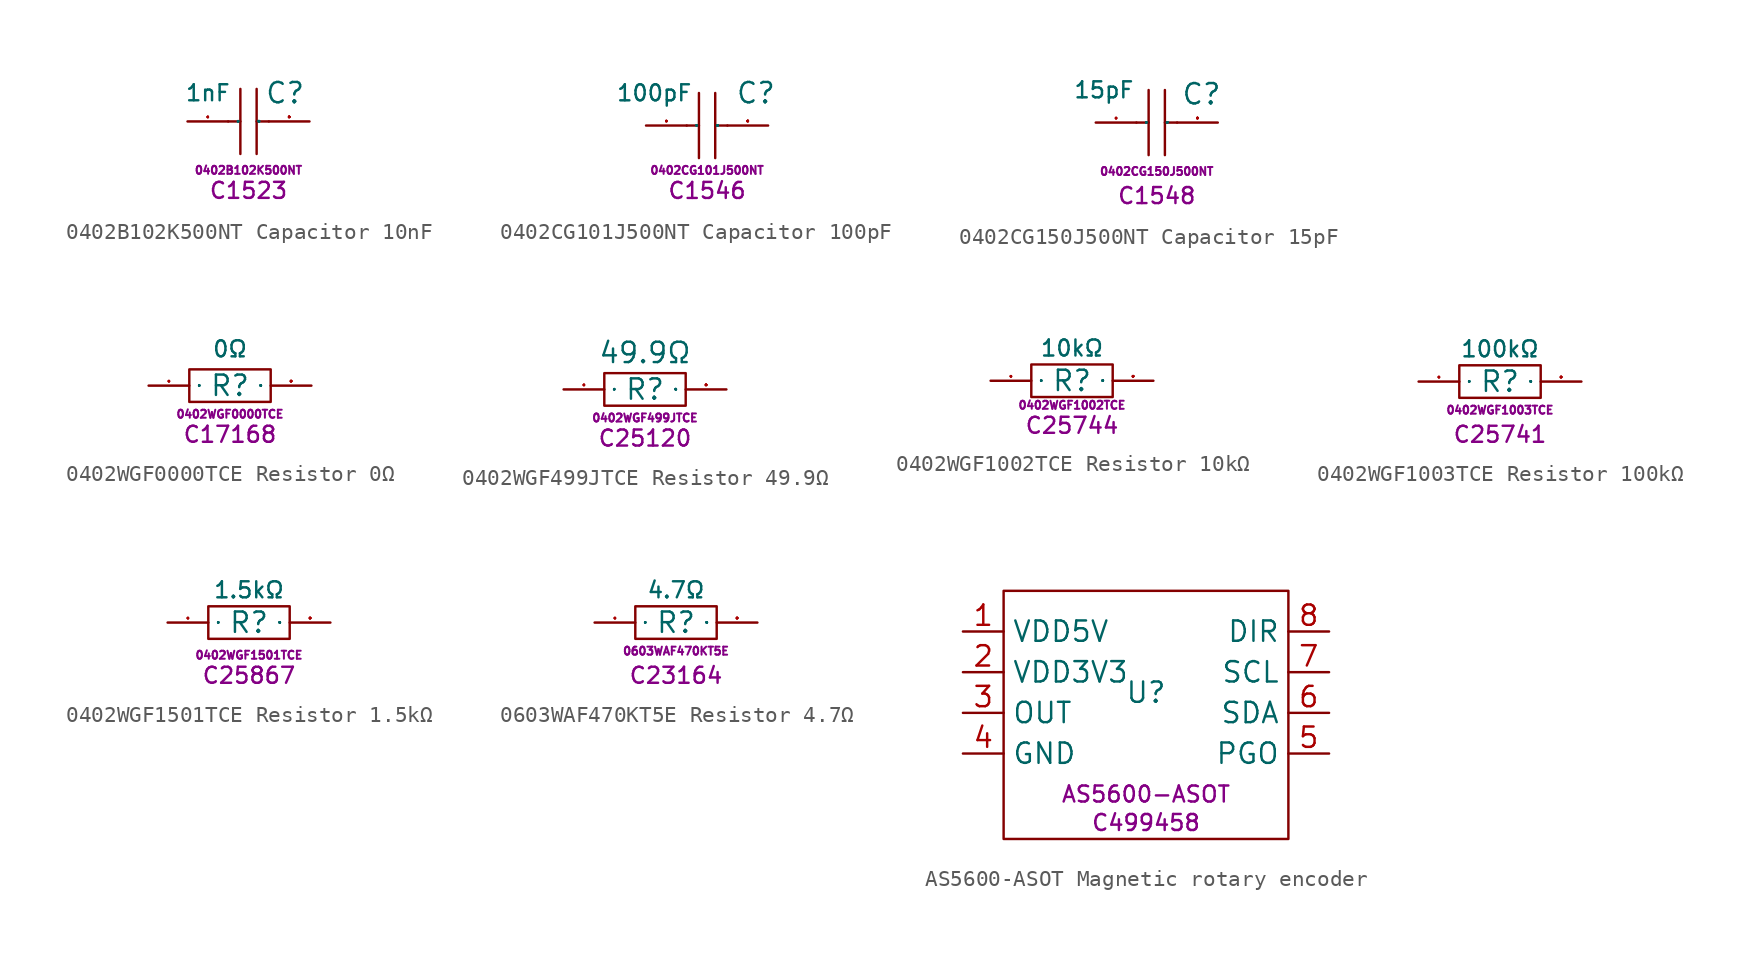
<source format=kicad_sym>
(kicad_symbol_lib
  (version 20241209)
  (generator "kicad_symbol_editor")
  (generator_version "9.0")
  (symbol "0402B102K500NT Capacitor 10nF"
    (property "Reference" "C"
      (at 2.286 1.778 0)
      (do_not_autoplace)
      (effects (font (size 1.27 1.27))))
    (property "Value" "1nF"
      (at -2.54 1.778 0)
      (do_not_autoplace)
      (effects (font (size 1 1))))
    (property "Manufacturer Part" "0402B102K500NT"
      (at 0 -3.048 0)
      (do_not_autoplace)
      (effects (font (size 0.5 0.5))))
    (property "LCSC Part #" "C1523"
      (at 0 -4.318 0)
      (do_not_autoplace)
      (effects (font (size 1 1))))
    (symbol "0402B102K500NT Capacitor 10nF_1_0"
      (polyline (pts (xy -1.27 0) (xy -0.508 0)) (stroke (width 0) (type default)) (fill (type none)))
      (polyline (pts (xy -0.508 2.032) (xy -0.508 -2.032)) (stroke (width 0) (type default)) (fill (type none)))
      (polyline (pts (xy 0.508 2.032) (xy 0.508 -2.032)) (stroke (width 0) (type default)) (fill (type none)))
      (polyline (pts (xy 0.508 0) (xy 1.27 0)) (stroke (width 0) (type default)) (fill (type none)))
      (pin input line (at -3.81 0 0) (length 2.54) (name "1" (effects (font (size 0.025 0.025)))) (number "1" (effects (font (size 0.025 0.025)))))
      (pin input line (at 3.81 0 180) (length 2.54) (name "2" (effects (font (size 0.025 0.025)))) (number "2" (effects (font (size 0.025 0.025)))))))
  (symbol "0402CG101J500NT Capacitor 100pF"
    (property "Reference" "C"
      (at 3.048 2.032 0)
      (do_not_autoplace)
      (effects (font (size 1.27 1.27))))
    (property "Value" "100pF"
      (at -3.302 2.032 0)
      (do_not_autoplace)
      (effects (font (size 1 1))))
    (property "Manufacturer Part" "0402CG101J500NT"
      (at 0 -2.794 0)
      (do_not_autoplace)
      (effects (font (size 0.5 0.5))))
    (property "LCSC Part #" "C1546"
      (at 0 -4.064 0)
      (do_not_autoplace)
      (effects (font (size 1 1))))
    (symbol "0402CG101J500NT Capacitor 100pF_1_0"
      (polyline (pts (xy -1.27 0) (xy -0.508 0)) (stroke (width 0) (type default)) (fill (type none)))
      (polyline (pts (xy -0.508 2.032) (xy -0.508 -2.032)) (stroke (width 0) (type default)) (fill (type none)))
      (polyline (pts (xy 0.508 2.032) (xy 0.508 -2.032)) (stroke (width 0) (type default)) (fill (type none)))
      (polyline (pts (xy 0.508 0) (xy 1.27 0)) (stroke (width 0) (type default)) (fill (type none)))
      (pin input line (at -3.81 0 0) (length 2.54) (name "1" (effects (font (size 0.025 0.025)))) (number "1" (effects (font (size 0.025 0.025)))))
      (pin input line (at 3.81 0 180) (length 2.54) (name "2" (effects (font (size 0.025 0.025)))) (number "2" (effects (font (size 0.025 0.025)))))))
  (symbol "0402CG150J500NT Capacitor 15pF"
    (property "Reference" "C"
      (at 2.794 1.778 0)
      (do_not_autoplace)
      (effects (font (size 1.27 1.27))))
    (property "Value" "15pF"
      (at -3.302 2.032 0)
      (do_not_autoplace)
      (effects (font (size 1 1))))
    (property "Manufacturer Part" "0402CG150J500NT"
      (at 0 -3.048 0)
      (do_not_autoplace)
      (effects (font (size 0.5 0.5))))
    (property "LCSC Part #" "C1548"
      (at 0 -4.572 0)
      (do_not_autoplace)
      (effects (font (size 1 1))))
    (symbol "0402CG150J500NT Capacitor 15pF_1_0"
      (polyline (pts (xy -1.27 0) (xy -0.508 0)) (stroke (width 0) (type default)) (fill (type none)))
      (polyline (pts (xy -0.508 2.032) (xy -0.508 -2.032)) (stroke (width 0) (type default)) (fill (type none)))
      (polyline (pts (xy 0.508 2.032) (xy 0.508 -2.032)) (stroke (width 0) (type default)) (fill (type none)))
      (polyline (pts (xy 0.508 0) (xy 1.27 0)) (stroke (width 0) (type default)) (fill (type none)))
      (pin input line (at -3.81 0 0) (length 2.54) (name "1" (effects (font (size 0.025 0.025)))) (number "1" (effects (font (size 0.025 0.025)))))
      (pin input line (at 3.81 0 180) (length 2.54) (name "2" (effects (font (size 0.025 0.025)))) (number "2" (effects (font (size 0.025 0.025)))))))
  (symbol "0402WGF0000TCE Resistor 0Ω"
    (property "Reference" "R"
      (at 0 0 0)
      (do_not_autoplace)
      (effects (font (size 1.27 1.27))))
    (property "Value" "0Ω"
      (at 0 2.286 0)
      (do_not_autoplace)
      (effects (font (size 1 1))))
    (property "Manufacturer Part" "0402WGF0000TCE"
      (at 0 -1.778 0)
      (do_not_autoplace)
      (effects (font (size 0.5 0.5))))
    (property "LCSC Part #" "C17168"
      (at 0 -3.048 0)
      (do_not_autoplace)
      (effects (font (size 1 1))))
    (symbol "0402WGF0000TCE Resistor 0Ω_1_0"
      (rectangle (start -2.54 1.016) (end 2.54 -1.016) (stroke (width 0) (type default)) (fill (type none)))
      (pin input line (at -5.08 0 0) (length 2.54) (name "1" (effects (font (size 0.025 0.025)))) (number "1" (effects (font (size 0.025 0.025)))))
      (pin input line (at 5.08 0 180) (length 2.54) (name "2" (effects (font (size 0.025 0.025)))) (number "2" (effects (font (size 0.025 0.025)))))))
  (symbol "0402WGF499JTCE Resistor 49.9Ω"
    (property "Reference" "R"
      (at 0 0 0)
      (do_not_autoplace)
      (effects (font (size 1.27 1.27))))
    (property "Value" "49.9Ω"
      (at 0 2.286 0)
      (do_not_autoplace)
      (effects (font (size 1.27 1.27))))
    (property "Manufacturer Part" "0402WGF499JTCE"
      (at 0 -1.778 0)
      (do_not_autoplace)
      (effects (font (size 0.5 0.5))))
    (property "LCSC Part #" "C25120"
      (at 0 -3.048 0)
      (do_not_autoplace)
      (effects (font (size 1 1))))
    (symbol "0402WGF499JTCE Resistor 49.9Ω_1_0"
      (rectangle (start -2.54 -1.016) (end 2.54 1.016) (stroke (width 0) (type default)) (fill (type none)))
      (pin input line (at -5.08 0 0) (length 2.54) (name "1" (effects (font (size 0.025 0.025)))) (number "1" (effects (font (size 0.025 0.025)))))
      (pin input line (at 5.08 0 180) (length 2.54) (name "2" (effects (font (size 0.025 0.025)))) (number "2" (effects (font (size 0.025 0.025)))))))
  (symbol "0402WGF1002TCE Resistor 10kΩ"
    (property "Reference" "R"
      (at 0 0 0)
      (do_not_autoplace)
      (effects (font (size 1.27 1.27))))
    (property "Value" "10kΩ"
      (at 0 2.032 0)
      (do_not_autoplace)
      (effects (font (size 1 1))))
    (property "Manufacturer Part" "0402WGF1002TCE"
      (at 0 -1.524 0)
      (do_not_autoplace)
      (effects (font (size 0.5 0.5))))
    (property "LCSC Part #" "C25744"
      (at 0 -2.794 0)
      (do_not_autoplace)
      (effects (font (size 1 1))))
    (symbol "0402WGF1002TCE Resistor 10kΩ_1_0"
      (rectangle (start -2.54 1.016) (end 2.54 -1.016) (stroke (width 0) (type default)) (fill (type none)))
      (pin input line (at -5.08 0 0) (length 2.54) (name "1" (effects (font (size 0.025 0.025)))) (number "1" (effects (font (size 0.025 0.025)))))
      (pin input line (at 5.08 0 180) (length 2.54) (name "2" (effects (font (size 0.025 0.025)))) (number "2" (effects (font (size 0.025 0.025)))))))
  (symbol "0402WGF1003TCE Resistor 100kΩ"
    (property "Reference" "R"
      (at 0 0 0)
      (do_not_autoplace)
      (effects (font (size 1.27 1.27))))
    (property "Value" "100kΩ"
      (at 0 2.032 0)
      (do_not_autoplace)
      (effects (font (size 1 1))))
    (property "Manufacturer Part" "0402WGF1003TCE"
      (at 0 -1.778 0)
      (do_not_autoplace)
      (effects (font (size 0.5 0.5))))
    (property "LCSC Part #" "C25741"
      (at 0 -3.302 0)
      (do_not_autoplace)
      (effects (font (size 1 1))))
    (symbol "0402WGF1003TCE Resistor 100kΩ_1_0"
      (rectangle (start -2.54 -1.016) (end 2.54 1.016) (stroke (width 0) (type default)) (fill (type none)))
      (pin input line (at -5.08 0 0) (length 2.54) (name "1" (effects (font (size 0.025 0.025)))) (number "1" (effects (font (size 0.025 0.025)))))
      (pin input line (at 5.08 0 180) (length 2.54) (name "2" (effects (font (size 0.025 0.025)))) (number "2" (effects (font (size 0.025 0.025)))))))
  (symbol "0402WGF1501TCE Resistor 1.5kΩ"
    (property "Reference" "R"
      (at 0 0 0)
      (do_not_autoplace)
      (effects (font (size 1.27 1.27))))
    (property "Value" "1.5kΩ"
      (at 0 2.032 0)
      (do_not_autoplace)
      (effects (font (size 1 1))))
    (property "Manufacturer Part" "0402WGF1501TCE"
      (at 0 -2.032 0)
      (do_not_autoplace)
      (effects (font (size 0.5 0.5))))
    (property "LCSC Part #" "C25867"
      (at 0 -3.302 0)
      (do_not_autoplace)
      (effects (font (size 1 1))))
    (symbol "0402WGF1501TCE Resistor 1.5kΩ_1_0"
      (rectangle (start -2.54 -1.016) (end 2.54 1.016) (stroke (width 0) (type default)) (fill (type none)))
      (pin input line (at -5.08 0 0) (length 2.54) (name "1" (effects (font (size 0.025 0.025)))) (number "1" (effects (font (size 0.025 0.025)))))
      (pin input line (at 5.08 0 180) (length 2.54) (name "2" (effects (font (size 0.025 0.025)))) (number "2" (effects (font (size 0.025 0.025)))))))
  (symbol "0603WAF470KT5E Resistor 4.7Ω"
    (property "Reference" "R"
      (at 0 0 0)
      (do_not_autoplace)
      (effects (font (size 1.27 1.27))))
    (property "Value" "4.7Ω"
      (at 0 2.032 0)
      (do_not_autoplace)
      (effects (font (size 1 1))))
    (property "Manufacturer Part" "0603WAF470KT5E"
      (at 0 -1.778 0)
      (do_not_autoplace)
      (effects (font (size 0.5 0.5))))
    (property "LCSC Part #" "C23164"
      (at 0 -3.302 0)
      (do_not_autoplace)
      (effects (font (size 1 1))))
    (symbol "0603WAF470KT5E Resistor 4.7Ω_1_0"
      (rectangle (start -2.54 -1.016) (end 2.54 1.016) (stroke (width 0) (type default)) (fill (type none)))
      (pin input line (at -5.08 0 0) (length 2.54) (name "1" (effects (font (size 0.025 0.025)))) (number "1" (effects (font (size 0.025 0.025)))))
      (pin input line (at 5.08 0 180) (length 2.54) (name "2" (effects (font (size 0.025 0.025)))) (number "2" (effects (font (size 0.025 0.025)))))))
  (symbol "AS5600-ASOT Magnetic rotary encoder"
    (property "Reference" "U"
      (at 0 0 0)
      (effects (font (size 1.27 1.27))))
    (property "Value" ""
      (at 0 0 0)
      (effects (font (size 1.27 1.27))))
    (property "Manufacturer Part" "AS5600-ASOT"
      (at 0 -6.35 0)
      (do_not_autoplace)
      (effects (font (size 1 1))))
    (property "LCSC Part #" "C499458"
      (at 0 -8.128 0)
      (do_not_autoplace)
      (effects (font (size 1 1))))
    (symbol "AS5600-ASOT Magnetic rotary encoder_1_0"
      (rectangle (start -8.89 6.35) (end 8.89 -9.144) (stroke (width 0) (type default)) (fill (type none)))
      (pin unspecified line (at -11.43 3.81 0) (length 2.54) (name "VDD5V" (effects (font (size 1.27 1.27)))) (number "1" (effects (font (size 1.27 1.27)))))
      (pin unspecified line (at -11.43 1.27 0) (length 2.54) (name "VDD3V3" (effects (font (size 1.27 1.27)))) (number "2" (effects (font (size 1.27 1.27)))))
      (pin unspecified line (at -11.43 -1.27 0) (length 2.54) (name "OUT" (effects (font (size 1.27 1.27)))) (number "3" (effects (font (size 1.27 1.27)))))
      (pin unspecified line (at -11.43 -3.81 0) (length 2.54) (name "GND" (effects (font (size 1.27 1.27)))) (number "4" (effects (font (size 1.27 1.27)))))
      (pin unspecified line (at 11.43 3.81 180) (length 2.54) (name "DIR" (effects (font (size 1.27 1.27)))) (number "8" (effects (font (size 1.27 1.27)))))
      (pin unspecified line (at 11.43 1.27 180) (length 2.54) (name "SCL" (effects (font (size 1.27 1.27)))) (number "7" (effects (font (size 1.27 1.27)))))
      (pin unspecified line (at 11.43 -1.27 180) (length 2.54) (name "SDA" (effects (font (size 1.27 1.27)))) (number "6" (effects (font (size 1.27 1.27)))))
      (pin unspecified line (at 11.43 -3.81 180) (length 2.54) (name "PGO" (effects (font (size 1.27 1.27)))) (number "5" (effects (font (size 1.27 1.27))))))))
</source>
